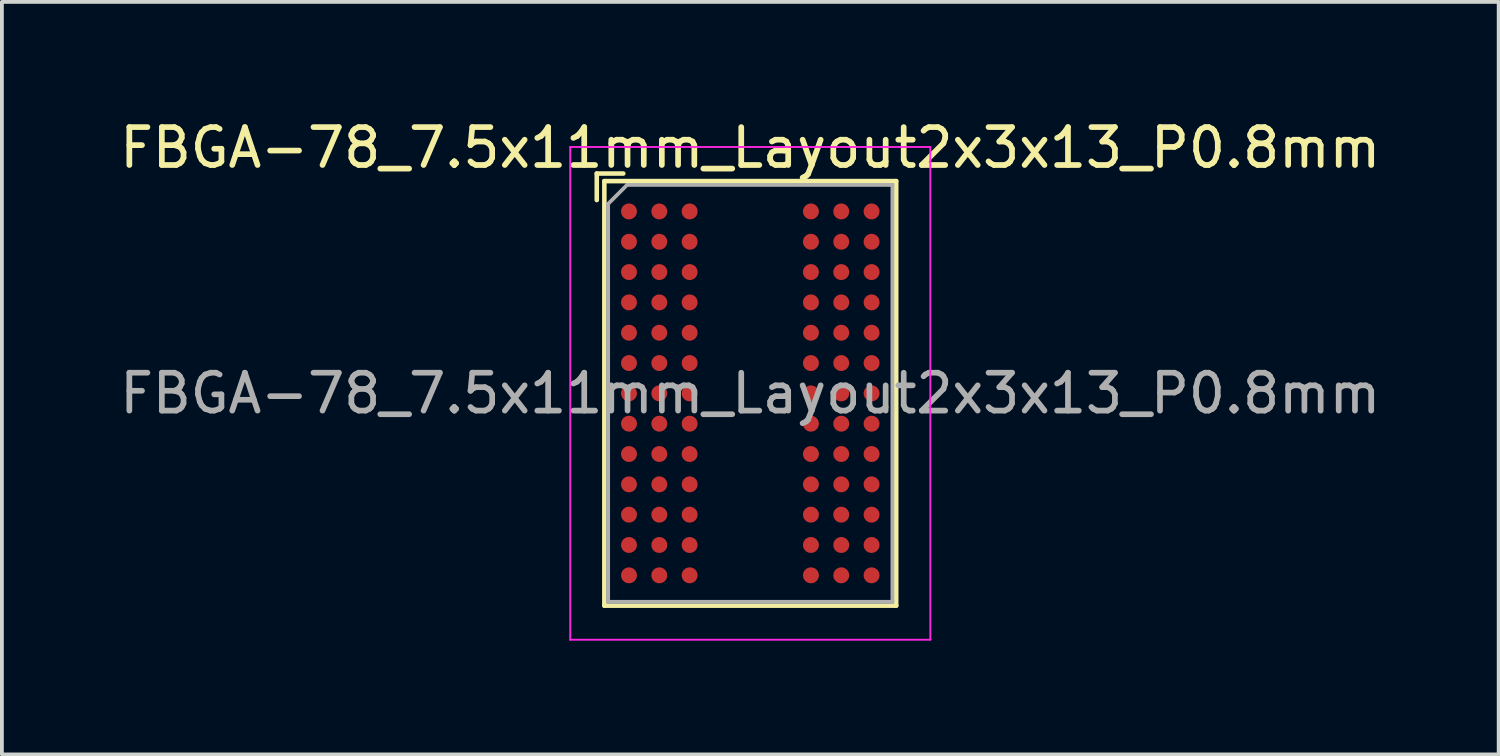
<source format=kicad_pcb>
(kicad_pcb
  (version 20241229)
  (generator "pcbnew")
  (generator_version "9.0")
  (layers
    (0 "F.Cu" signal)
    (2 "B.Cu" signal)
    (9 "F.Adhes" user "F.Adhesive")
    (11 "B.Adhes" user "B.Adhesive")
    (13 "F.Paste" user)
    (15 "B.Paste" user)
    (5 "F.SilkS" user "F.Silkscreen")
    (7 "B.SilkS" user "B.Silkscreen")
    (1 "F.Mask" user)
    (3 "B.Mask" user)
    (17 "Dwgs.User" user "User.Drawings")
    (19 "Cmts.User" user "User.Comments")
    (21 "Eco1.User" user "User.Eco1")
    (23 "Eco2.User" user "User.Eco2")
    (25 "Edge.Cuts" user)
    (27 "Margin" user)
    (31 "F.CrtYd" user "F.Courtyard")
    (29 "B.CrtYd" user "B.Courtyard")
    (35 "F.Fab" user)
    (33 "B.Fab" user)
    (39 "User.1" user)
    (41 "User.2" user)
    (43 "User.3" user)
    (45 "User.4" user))
  (footprint "FBGA-78_7.5x11mm_Layout2x3x13_P0.8mm"
    (layer "F.Cu")
    (at 16.744 7.328)
    (property "Reference" "FBGA-78_7.5x11mm_Layout2x3x13_P0.8mm" (at 0 -6.48 0) (layer "F.SilkS") (effects (font (size 1 1) (thickness 0.15))))
    (attr smd)
    (fp_line (start -4.05 -5.8) (end -3.35 -5.8) (stroke (width 0.12) (type solid)) (layer "F.SilkS"))
    (fp_line (start -4.05 -5.1) (end -4.05 -5.8) (stroke (width 0.12) (type solid)) (layer "F.SilkS"))
    (fp_line (start -3.85 -5.6) (end 3.85 -5.6) (stroke (width 0.12) (type solid)) (layer "F.SilkS"))
    (fp_line (start -3.85 5.6) (end -3.85 -5.6) (stroke (width 0.12) (type solid)) (layer "F.SilkS"))
    (fp_line (start 3.85 -5.6) (end 3.85 5.6) (stroke (width 0.12) (type solid)) (layer "F.SilkS"))
    (fp_line (start 3.85 5.6) (end -3.85 5.6) (stroke (width 0.12) (type solid)) (layer "F.SilkS"))
    (fp_line (start -4.75 -6.5) (end -4.75 6.5) (stroke (width 0.05) (type solid)) (layer "F.CrtYd"))
    (fp_line (start -4.75 -6.5) (end 4.75 -6.5) (stroke (width 0.05) (type solid)) (layer "F.CrtYd"))
    (fp_line (start -4.75 6.5) (end 4.75 6.5) (stroke (width 0.05) (type solid)) (layer "F.CrtYd"))
    (fp_line (start 4.75 6.5) (end 4.75 -6.5) (stroke (width 0.05) (type solid)) (layer "F.CrtYd"))
    (fp_line (start -3.75 -5) (end -3.75 5.5) (stroke (width 0.1) (type solid)) (layer "F.Fab"))
    (fp_line (start -3.75 -5) (end -3.25 -5.5) (stroke (width 0.1) (type solid)) (layer "F.Fab"))
    (fp_line (start -3.75 5.5) (end 3.75 5.5) (stroke (width 0.1) (type solid)) (layer "F.Fab"))
    (fp_line (start 3.75 -5.5) (end -3.25 -5.5) (stroke (width 0.1) (type solid)) (layer "F.Fab"))
    (fp_line (start 3.75 5.5) (end 3.75 -5.5) (stroke (width 0.1) (type solid)) (layer "F.Fab"))
    (fp_text user "${REFERENCE}" (at 0 0 0) (layer "F.Fab") (effects (font (size 1 1) (thickness 0.15))))
    (pad "A1" smd circle (at -3.2 -4.8) (size 0.42 0.42) (layers "F.Cu" "F.Mask" "F.Paste"))
    (pad "A2" smd circle (at -2.4 -4.8) (size 0.42 0.42) (layers "F.Cu" "F.Mask" "F.Paste"))
    (pad "A3" smd circle (at -1.6 -4.8) (size 0.42 0.42) (layers "F.Cu" "F.Mask" "F.Paste"))
    (pad "A7" smd circle (at 1.6 -4.8) (size 0.42 0.42) (layers "F.Cu" "F.Mask" "F.Paste"))
    (pad "A8" smd circle (at 2.4 -4.8) (size 0.42 0.42) (layers "F.Cu" "F.Mask" "F.Paste"))
    (pad "A9" smd circle (at 3.2 -4.8) (size 0.42 0.42) (layers "F.Cu" "F.Mask" "F.Paste"))
    (pad "B1" smd circle (at -3.2 -4) (size 0.42 0.42) (layers "F.Cu" "F.Mask" "F.Paste"))
    (pad "B2" smd circle (at -2.4 -4) (size 0.42 0.42) (layers "F.Cu" "F.Mask" "F.Paste"))
    (pad "B3" smd circle (at -1.6 -4) (size 0.42 0.42) (layers "F.Cu" "F.Mask" "F.Paste"))
    (pad "B7" smd circle (at 1.6 -4) (size 0.42 0.42) (layers "F.Cu" "F.Mask" "F.Paste"))
    (pad "B8" smd circle (at 2.4 -4) (size 0.42 0.42) (layers "F.Cu" "F.Mask" "F.Paste"))
    (pad "B9" smd circle (at 3.2 -4) (size 0.42 0.42) (layers "F.Cu" "F.Mask" "F.Paste"))
    (pad "C1" smd circle (at -3.2 -3.2) (size 0.42 0.42) (layers "F.Cu" "F.Mask" "F.Paste"))
    (pad "C2" smd circle (at -2.4 -3.2) (size 0.42 0.42) (layers "F.Cu" "F.Mask" "F.Paste"))
    (pad "C3" smd circle (at -1.6 -3.2) (size 0.42 0.42) (layers "F.Cu" "F.Mask" "F.Paste"))
    (pad "C7" smd circle (at 1.6 -3.2) (size 0.42 0.42) (layers "F.Cu" "F.Mask" "F.Paste"))
    (pad "C8" smd circle (at 2.4 -3.2) (size 0.42 0.42) (layers "F.Cu" "F.Mask" "F.Paste"))
    (pad "C9" smd circle (at 3.2 -3.2) (size 0.42 0.42) (layers "F.Cu" "F.Mask" "F.Paste"))
    (pad "D1" smd circle (at -3.2 -2.4) (size 0.42 0.42) (layers "F.Cu" "F.Mask" "F.Paste"))
    (pad "D2" smd circle (at -2.4 -2.4) (size 0.42 0.42) (layers "F.Cu" "F.Mask" "F.Paste"))
    (pad "D3" smd circle (at -1.6 -2.4) (size 0.42 0.42) (layers "F.Cu" "F.Mask" "F.Paste"))
    (pad "D7" smd circle (at 1.6 -2.4) (size 0.42 0.42) (layers "F.Cu" "F.Mask" "F.Paste"))
    (pad "D8" smd circle (at 2.4 -2.4) (size 0.42 0.42) (layers "F.Cu" "F.Mask" "F.Paste"))
    (pad "D9" smd circle (at 3.2 -2.4) (size 0.42 0.42) (layers "F.Cu" "F.Mask" "F.Paste"))
    (pad "E1" smd circle (at -3.2 -1.6) (size 0.42 0.42) (layers "F.Cu" "F.Mask" "F.Paste"))
    (pad "E2" smd circle (at -2.4 -1.6) (size 0.42 0.42) (layers "F.Cu" "F.Mask" "F.Paste"))
    (pad "E3" smd circle (at -1.6 -1.6) (size 0.42 0.42) (layers "F.Cu" "F.Mask" "F.Paste"))
    (pad "E7" smd circle (at 1.6 -1.6) (size 0.42 0.42) (layers "F.Cu" "F.Mask" "F.Paste"))
    (pad "E8" smd circle (at 2.4 -1.6) (size 0.42 0.42) (layers "F.Cu" "F.Mask" "F.Paste"))
    (pad "E9" smd circle (at 3.2 -1.6) (size 0.42 0.42) (layers "F.Cu" "F.Mask" "F.Paste"))
    (pad "F1" smd circle (at -3.2 -0.8) (size 0.42 0.42) (layers "F.Cu" "F.Mask" "F.Paste"))
    (pad "F2" smd circle (at -2.4 -0.8) (size 0.42 0.42) (layers "F.Cu" "F.Mask" "F.Paste"))
    (pad "F3" smd circle (at -1.6 -0.8) (size 0.42 0.42) (layers "F.Cu" "F.Mask" "F.Paste"))
    (pad "F7" smd circle (at 1.6 -0.8) (size 0.42 0.42) (layers "F.Cu" "F.Mask" "F.Paste"))
    (pad "F8" smd circle (at 2.4 -0.8) (size 0.42 0.42) (layers "F.Cu" "F.Mask" "F.Paste"))
    (pad "F9" smd circle (at 3.2 -0.8) (size 0.42 0.42) (layers "F.Cu" "F.Mask" "F.Paste"))
    (pad "G1" smd circle (at -3.2 0) (size 0.42 0.42) (layers "F.Cu" "F.Mask" "F.Paste"))
    (pad "G2" smd circle (at -2.4 0) (size 0.42 0.42) (layers "F.Cu" "F.Mask" "F.Paste"))
    (pad "G3" smd circle (at -1.6 0) (size 0.42 0.42) (layers "F.Cu" "F.Mask" "F.Paste"))
    (pad "G7" smd circle (at 1.6 0) (size 0.42 0.42) (layers "F.Cu" "F.Mask" "F.Paste"))
    (pad "G8" smd circle (at 2.4 0) (size 0.42 0.42) (layers "F.Cu" "F.Mask" "F.Paste"))
    (pad "G9" smd circle (at 3.2 0) (size 0.42 0.42) (layers "F.Cu" "F.Mask" "F.Paste"))
    (pad "H1" smd circle (at -3.2 0.8) (size 0.42 0.42) (layers "F.Cu" "F.Mask" "F.Paste"))
    (pad "H2" smd circle (at -2.4 0.8) (size 0.42 0.42) (layers "F.Cu" "F.Mask" "F.Paste"))
    (pad "H3" smd circle (at -1.6 0.8) (size 0.42 0.42) (layers "F.Cu" "F.Mask" "F.Paste"))
    (pad "H7" smd circle (at 1.6 0.8) (size 0.42 0.42) (layers "F.Cu" "F.Mask" "F.Paste"))
    (pad "H8" smd circle (at 2.4 0.8) (size 0.42 0.42) (layers "F.Cu" "F.Mask" "F.Paste"))
    (pad "H9" smd circle (at 3.2 0.8) (size 0.42 0.42) (layers "F.Cu" "F.Mask" "F.Paste"))
    (pad "J1" smd circle (at -3.2 1.6) (size 0.42 0.42) (layers "F.Cu" "F.Mask" "F.Paste"))
    (pad "J2" smd circle (at -2.4 1.6) (size 0.42 0.42) (layers "F.Cu" "F.Mask" "F.Paste"))
    (pad "J3" smd circle (at -1.6 1.6) (size 0.42 0.42) (layers "F.Cu" "F.Mask" "F.Paste"))
    (pad "J7" smd circle (at 1.6 1.6) (size 0.42 0.42) (layers "F.Cu" "F.Mask" "F.Paste"))
    (pad "J8" smd circle (at 2.4 1.6) (size 0.42 0.42) (layers "F.Cu" "F.Mask" "F.Paste"))
    (pad "J9" smd circle (at 3.2 1.6) (size 0.42 0.42) (layers "F.Cu" "F.Mask" "F.Paste"))
    (pad "K1" smd circle (at -3.2 2.4) (size 0.42 0.42) (layers "F.Cu" "F.Mask" "F.Paste"))
    (pad "K2" smd circle (at -2.4 2.4) (size 0.42 0.42) (layers "F.Cu" "F.Mask" "F.Paste"))
    (pad "K3" smd circle (at -1.6 2.4) (size 0.42 0.42) (layers "F.Cu" "F.Mask" "F.Paste"))
    (pad "K7" smd circle (at 1.6 2.4) (size 0.42 0.42) (layers "F.Cu" "F.Mask" "F.Paste"))
    (pad "K8" smd circle (at 2.4 2.4) (size 0.42 0.42) (layers "F.Cu" "F.Mask" "F.Paste"))
    (pad "K9" smd circle (at 3.2 2.4) (size 0.42 0.42) (layers "F.Cu" "F.Mask" "F.Paste"))
    (pad "L1" smd circle (at -3.2 3.2) (size 0.42 0.42) (layers "F.Cu" "F.Mask" "F.Paste"))
    (pad "L2" smd circle (at -2.4 3.2) (size 0.42 0.42) (layers "F.Cu" "F.Mask" "F.Paste"))
    (pad "L3" smd circle (at -1.6 3.2) (size 0.42 0.42) (layers "F.Cu" "F.Mask" "F.Paste"))
    (pad "L7" smd circle (at 1.6 3.2) (size 0.42 0.42) (layers "F.Cu" "F.Mask" "F.Paste"))
    (pad "L8" smd circle (at 2.4 3.2) (size 0.42 0.42) (layers "F.Cu" "F.Mask" "F.Paste"))
    (pad "L9" smd circle (at 3.2 3.2) (size 0.42 0.42) (layers "F.Cu" "F.Mask" "F.Paste"))
    (pad "M1" smd circle (at -3.2 4) (size 0.42 0.42) (layers "F.Cu" "F.Mask" "F.Paste"))
    (pad "M2" smd circle (at -2.4 4) (size 0.42 0.42) (layers "F.Cu" "F.Mask" "F.Paste"))
    (pad "M3" smd circle (at -1.6 4) (size 0.42 0.42) (layers "F.Cu" "F.Mask" "F.Paste"))
    (pad "M7" smd circle (at 1.6 4) (size 0.42 0.42) (layers "F.Cu" "F.Mask" "F.Paste"))
    (pad "M8" smd circle (at 2.4 4) (size 0.42 0.42) (layers "F.Cu" "F.Mask" "F.Paste"))
    (pad "M9" smd circle (at 3.2 4) (size 0.42 0.42) (layers "F.Cu" "F.Mask" "F.Paste"))
    (pad "N1" smd circle (at -3.2 4.8) (size 0.42 0.42) (layers "F.Cu" "F.Mask" "F.Paste"))
    (pad "N2" smd circle (at -2.4 4.8) (size 0.42 0.42) (layers "F.Cu" "F.Mask" "F.Paste"))
    (pad "N3" smd circle (at -1.6 4.8) (size 0.42 0.42) (layers "F.Cu" "F.Mask" "F.Paste"))
    (pad "N7" smd circle (at 1.6 4.8) (size 0.42 0.42) (layers "F.Cu" "F.Mask" "F.Paste"))
    (pad "N8" smd circle (at 2.4 4.8) (size 0.42 0.42) (layers "F.Cu" "F.Mask" "F.Paste"))
    (pad "N9" smd circle (at 3.2 4.8) (size 0.42 0.42) (layers "F.Cu" "F.Mask" "F.Paste")))
  (gr_rect
    (start -3 -3)
    (end 36.488 16.853)
    (stroke (width 0.1) (type default))
    (fill no)
    (layer "Edge.Cuts")))
</source>
